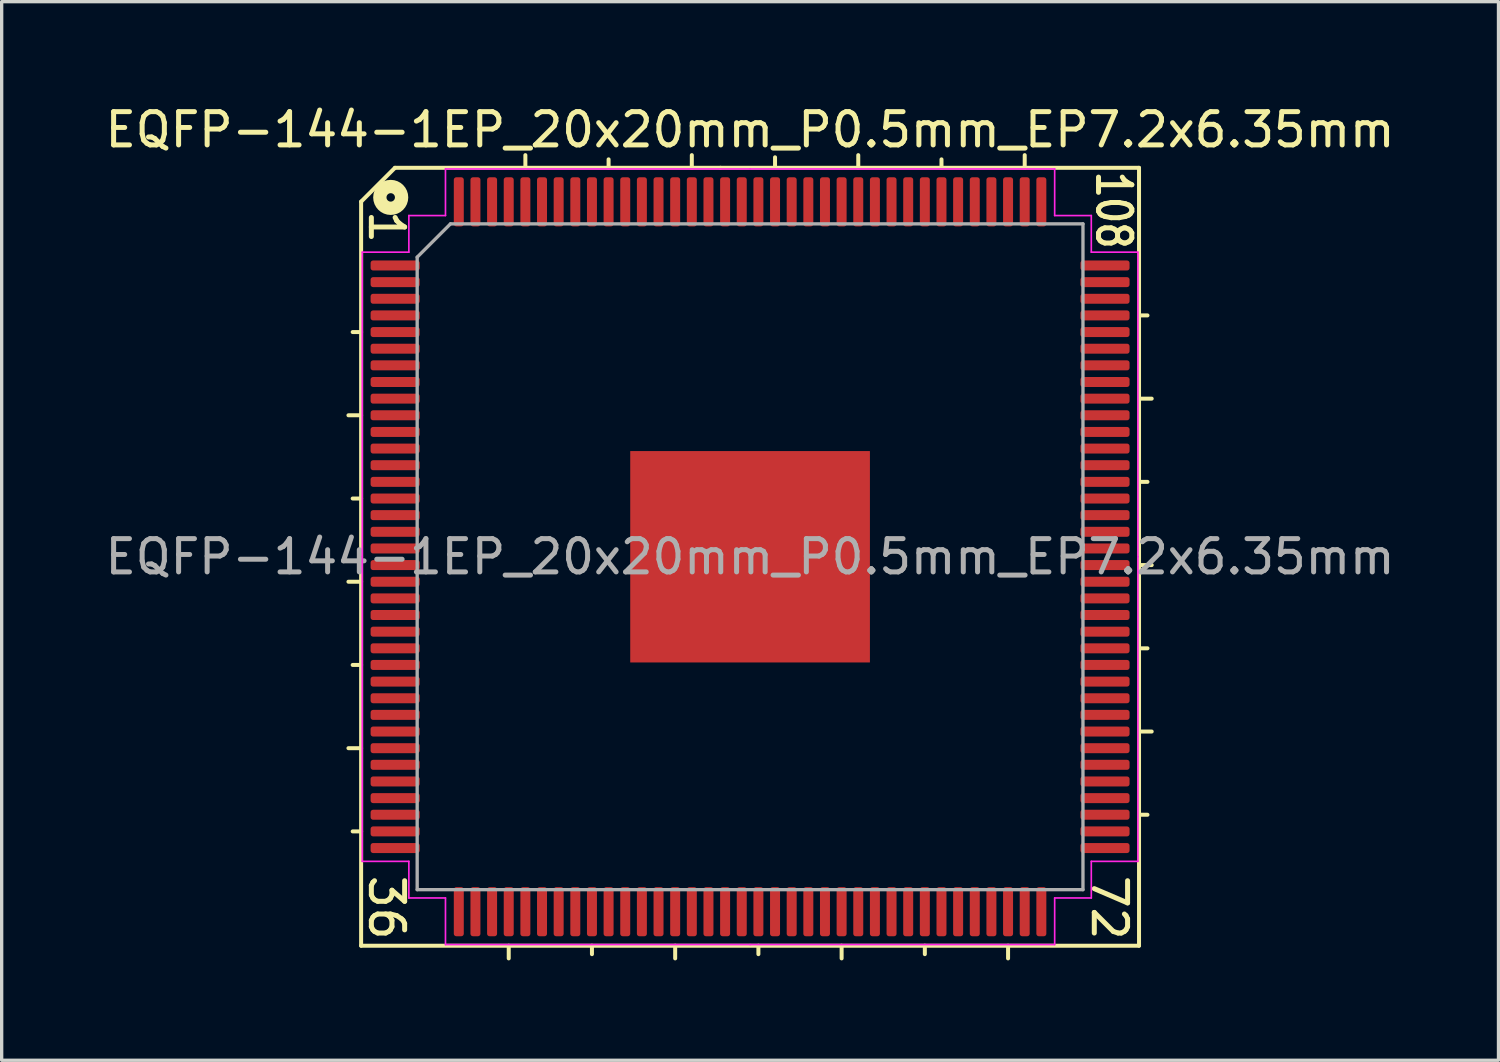
<source format=kicad_pcb>
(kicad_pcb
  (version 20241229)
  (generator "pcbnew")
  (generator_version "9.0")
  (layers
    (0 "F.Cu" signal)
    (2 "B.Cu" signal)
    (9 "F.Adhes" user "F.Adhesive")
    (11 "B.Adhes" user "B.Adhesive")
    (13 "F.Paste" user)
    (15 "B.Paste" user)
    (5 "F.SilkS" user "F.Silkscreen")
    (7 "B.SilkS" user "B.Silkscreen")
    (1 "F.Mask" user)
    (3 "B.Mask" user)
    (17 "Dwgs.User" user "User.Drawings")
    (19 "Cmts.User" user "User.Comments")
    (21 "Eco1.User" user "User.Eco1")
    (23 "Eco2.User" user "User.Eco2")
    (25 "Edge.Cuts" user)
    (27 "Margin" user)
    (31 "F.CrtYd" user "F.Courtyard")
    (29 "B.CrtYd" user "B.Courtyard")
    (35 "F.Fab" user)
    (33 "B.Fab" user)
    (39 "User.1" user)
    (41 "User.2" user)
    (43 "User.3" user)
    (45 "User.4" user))
  (footprint "EQFP-144-1EP_20x20mm_P0.5mm_EP7.2x6.35mm"
    (layer "F.Cu")
    (at 19.482 13.675)
    (property "Reference" "EQFP-144-1EP_20x20mm_P0.5mm_EP7.2x6.35mm" (at 0 -12.827 0) (layer "F.SilkS") (effects (font (size 1 1) (thickness 0.15))))
    (attr smd)
    (fp_line (start -11.684 -10.668) (end -11.684 11.684) (stroke (width 0.12) (type solid)) (layer "F.SilkS"))
    (fp_line (start -11.684 -6.75) (end -11.938 -6.75) (stroke (width 0.12) (type solid)) (layer "F.SilkS"))
    (fp_line (start -11.684 -4.25) (end -12.065 -4.25) (stroke (width 0.12) (type solid)) (layer "F.SilkS"))
    (fp_line (start -11.684 -1.75) (end -11.938 -1.75) (stroke (width 0.12) (type solid)) (layer "F.SilkS"))
    (fp_line (start -11.684 0.75) (end -12.065 0.75) (stroke (width 0.12) (type solid)) (layer "F.SilkS"))
    (fp_line (start -11.684 3.25) (end -11.938 3.25) (stroke (width 0.12) (type solid)) (layer "F.SilkS"))
    (fp_line (start -11.684 5.75) (end -12.065 5.75) (stroke (width 0.12) (type solid)) (layer "F.SilkS"))
    (fp_line (start -11.684 8.25) (end -11.938 8.25) (stroke (width 0.12) (type solid)) (layer "F.SilkS"))
    (fp_line (start -11.684 11.684) (end 11.684 11.684) (stroke (width 0.12) (type solid)) (layer "F.SilkS"))
    (fp_line (start -10.668 -11.684) (end -11.684 -10.668) (stroke (width 0.12) (type solid)) (layer "F.SilkS"))
    (fp_line (start -7.25 11.684) (end -7.25 12.065) (stroke (width 0.12) (type solid)) (layer "F.SilkS"))
    (fp_line (start -6.75 -11.684) (end -6.75 -12.065) (stroke (width 0.12) (type solid)) (layer "F.SilkS"))
    (fp_line (start -4.75 11.684) (end -4.75 11.938) (stroke (width 0.12) (type solid)) (layer "F.SilkS"))
    (fp_line (start -4.25 -11.684) (end -4.25 -11.938) (stroke (width 0.12) (type solid)) (layer "F.SilkS"))
    (fp_line (start -2.25 11.684) (end -2.25 12.065) (stroke (width 0.12) (type solid)) (layer "F.SilkS"))
    (fp_line (start -1.75 -11.684) (end -1.75 -12.065) (stroke (width 0.12) (type solid)) (layer "F.SilkS"))
    (fp_line (start -0.889 -11.684) (end -10.668 -11.684) (stroke (width 0.12) (type solid)) (layer "F.SilkS"))
    (fp_line (start 0.25 11.684) (end 0.25 11.938) (stroke (width 0.12) (type solid)) (layer "F.SilkS"))
    (fp_line (start 0.75 -11.75) (end 0.75 -12) (stroke (width 0.12) (type solid)) (layer "F.SilkS"))
    (fp_line (start 2.75 11.684) (end 2.75 12.065) (stroke (width 0.12) (type solid)) (layer "F.SilkS"))
    (fp_line (start 3.25 -11.684) (end 3.25 -12.065) (stroke (width 0.12) (type solid)) (layer "F.SilkS"))
    (fp_line (start 5.25 11.684) (end 5.25 11.938) (stroke (width 0.12) (type solid)) (layer "F.SilkS"))
    (fp_line (start 5.75 -11.684) (end 5.75 -11.938) (stroke (width 0.12) (type solid)) (layer "F.SilkS"))
    (fp_line (start 7.75 11.684) (end 7.75 12.065) (stroke (width 0.12) (type solid)) (layer "F.SilkS"))
    (fp_line (start 8.25 -11.684) (end 8.25 -12.065) (stroke (width 0.12) (type solid)) (layer "F.SilkS"))
    (fp_line (start 11.684 -11.684) (end -0.889 -11.684) (stroke (width 0.12) (type solid)) (layer "F.SilkS"))
    (fp_line (start 11.684 -7.25) (end 11.938 -7.25) (stroke (width 0.12) (type solid)) (layer "F.SilkS"))
    (fp_line (start 11.684 -4.75) (end 12.065 -4.75) (stroke (width 0.12) (type solid)) (layer "F.SilkS"))
    (fp_line (start 11.684 -2.25) (end 11.938 -2.25) (stroke (width 0.12) (type solid)) (layer "F.SilkS"))
    (fp_line (start 11.684 0.25) (end 12.065 0.25) (stroke (width 0.12) (type solid)) (layer "F.SilkS"))
    (fp_line (start 11.684 2.75) (end 11.938 2.75) (stroke (width 0.12) (type solid)) (layer "F.SilkS"))
    (fp_line (start 11.684 5.25) (end 12.065 5.25) (stroke (width 0.12) (type solid)) (layer "F.SilkS"))
    (fp_line (start 11.684 7.75) (end 11.938 7.75) (stroke (width 0.12) (type solid)) (layer "F.SilkS"))
    (fp_line (start 11.684 11.684) (end 11.684 -11.684) (stroke (width 0.12) (type solid)) (layer "F.SilkS"))
    (fp_circle (center -10.795 -10.795) (end -10.668 -10.795) (stroke (width 0.4) (type solid)) (fill no) (layer "F.SilkS"))
    (fp_line (start -11.65 -9.15) (end -11.65 0) (stroke (width 0.05) (type solid)) (layer "F.CrtYd"))
    (fp_line (start -11.65 9.15) (end -11.65 0) (stroke (width 0.05) (type solid)) (layer "F.CrtYd"))
    (fp_line (start -10.25 -10.25) (end -10.25 -9.15) (stroke (width 0.05) (type solid)) (layer "F.CrtYd"))
    (fp_line (start -10.25 -9.15) (end -11.65 -9.15) (stroke (width 0.05) (type solid)) (layer "F.CrtYd"))
    (fp_line (start -10.25 9.15) (end -11.65 9.15) (stroke (width 0.05) (type solid)) (layer "F.CrtYd"))
    (fp_line (start -10.25 10.25) (end -10.25 9.15) (stroke (width 0.05) (type solid)) (layer "F.CrtYd"))
    (fp_line (start -9.15 -11.65) (end -9.15 -10.25) (stroke (width 0.05) (type solid)) (layer "F.CrtYd"))
    (fp_line (start -9.15 -10.25) (end -10.25 -10.25) (stroke (width 0.05) (type solid)) (layer "F.CrtYd"))
    (fp_line (start -9.15 10.25) (end -10.25 10.25) (stroke (width 0.05) (type solid)) (layer "F.CrtYd"))
    (fp_line (start -9.15 11.65) (end -9.15 10.25) (stroke (width 0.05) (type solid)) (layer "F.CrtYd"))
    (fp_line (start 0 -11.65) (end -9.15 -11.65) (stroke (width 0.05) (type solid)) (layer "F.CrtYd"))
    (fp_line (start 0 -11.65) (end 9.15 -11.65) (stroke (width 0.05) (type solid)) (layer "F.CrtYd"))
    (fp_line (start 0 11.65) (end -9.15 11.65) (stroke (width 0.05) (type solid)) (layer "F.CrtYd"))
    (fp_line (start 0 11.65) (end 9.15 11.65) (stroke (width 0.05) (type solid)) (layer "F.CrtYd"))
    (fp_line (start 9.15 -11.65) (end 9.15 -10.25) (stroke (width 0.05) (type solid)) (layer "F.CrtYd"))
    (fp_line (start 9.15 -10.25) (end 10.25 -10.25) (stroke (width 0.05) (type solid)) (layer "F.CrtYd"))
    (fp_line (start 9.15 10.25) (end 10.25 10.25) (stroke (width 0.05) (type solid)) (layer "F.CrtYd"))
    (fp_line (start 9.15 11.65) (end 9.15 10.25) (stroke (width 0.05) (type solid)) (layer "F.CrtYd"))
    (fp_line (start 10.25 -10.25) (end 10.25 -9.15) (stroke (width 0.05) (type solid)) (layer "F.CrtYd"))
    (fp_line (start 10.25 -9.15) (end 11.65 -9.15) (stroke (width 0.05) (type solid)) (layer "F.CrtYd"))
    (fp_line (start 10.25 9.15) (end 11.65 9.15) (stroke (width 0.05) (type solid)) (layer "F.CrtYd"))
    (fp_line (start 10.25 10.25) (end 10.25 9.15) (stroke (width 0.05) (type solid)) (layer "F.CrtYd"))
    (fp_line (start 11.65 -9.15) (end 11.65 0) (stroke (width 0.05) (type solid)) (layer "F.CrtYd"))
    (fp_line (start 11.65 9.15) (end 11.65 0) (stroke (width 0.05) (type solid)) (layer "F.CrtYd"))
    (fp_line (start -10 -9) (end -9 -10) (stroke (width 0.1) (type solid)) (layer "F.Fab"))
    (fp_line (start -10 10) (end -10 -9) (stroke (width 0.1) (type solid)) (layer "F.Fab"))
    (fp_line (start -9 -10) (end 10 -10) (stroke (width 0.1) (type solid)) (layer "F.Fab"))
    (fp_line (start 10 -10) (end 10 10) (stroke (width 0.1) (type solid)) (layer "F.Fab"))
    (fp_line (start 10 10) (end -10 10) (stroke (width 0.1) (type solid)) (layer "F.Fab"))
    (fp_text user "72" (at 10.795 10.541 270) (unlocked yes) (layer "F.SilkS") (effects (font (size 1 1) (thickness 0.15))))
    (fp_text user "108" (at 10.922 -10.414 270) (unlocked yes) (layer "F.SilkS") (effects (font (size 1 0.8) (thickness 0.15))))
    (fp_text user "36" (at -10.922 10.541 270) (unlocked yes) (layer "F.SilkS") (effects (font (size 1 1) (thickness 0.15))))
    (fp_text user "1" (at -10.922 -9.906 270) (unlocked yes) (layer "F.SilkS") (effects (font (size 1 1) (thickness 0.15))))
    (fp_text user "${REFERENCE}" (at 0 0 0) (layer "F.Fab") (effects (font (size 1 1) (thickness 0.15))))
    (pad "" smd roundrect (at -3 -2.54) (size 0.97 1.02) (layers "F.Paste") (roundrect_rratio 0.25))
    (pad "" smd roundrect (at -3 -1.27) (size 0.97 1.02) (layers "F.Paste") (roundrect_rratio 0.25))
    (pad "" smd roundrect (at -3 0) (size 0.97 1.02) (layers "F.Paste") (roundrect_rratio 0.25))
    (pad "" smd roundrect (at -3 1.27) (size 0.97 1.02) (layers "F.Paste") (roundrect_rratio 0.25))
    (pad "" smd roundrect (at -3 2.54) (size 0.97 1.02) (layers "F.Paste") (roundrect_rratio 0.25))
    (pad "" smd roundrect (at -1.8 -2.54) (size 0.97 1.02) (layers "F.Paste") (roundrect_rratio 0.25))
    (pad "" smd roundrect (at -1.8 -1.27) (size 0.97 1.02) (layers "F.Paste") (roundrect_rratio 0.25))
    (pad "" smd roundrect (at -1.8 0) (size 0.97 1.02) (layers "F.Paste") (roundrect_rratio 0.25))
    (pad "" smd roundrect (at -1.8 1.27) (size 0.97 1.02) (layers "F.Paste") (roundrect_rratio 0.25))
    (pad "" smd roundrect (at -1.8 2.54) (size 0.97 1.02) (layers "F.Paste") (roundrect_rratio 0.25))
    (pad "" smd roundrect (at -0.6 -2.54) (size 0.97 1.02) (layers "F.Paste") (roundrect_rratio 0.25))
    (pad "" smd roundrect (at -0.6 -1.27) (size 0.97 1.02) (layers "F.Paste") (roundrect_rratio 0.25))
    (pad "" smd roundrect (at -0.6 0) (size 0.97 1.02) (layers "F.Paste") (roundrect_rratio 0.25))
    (pad "" smd roundrect (at -0.6 1.27) (size 0.97 1.02) (layers "F.Paste") (roundrect_rratio 0.25))
    (pad "" smd roundrect (at -0.6 2.54) (size 0.97 1.02) (layers "F.Paste") (roundrect_rratio 0.25))
    (pad "" smd roundrect (at 0.6 -2.54) (size 0.97 1.02) (layers "F.Paste") (roundrect_rratio 0.25))
    (pad "" smd roundrect (at 0.6 -1.27) (size 0.97 1.02) (layers "F.Paste") (roundrect_rratio 0.25))
    (pad "" smd roundrect (at 0.6 0) (size 0.97 1.02) (layers "F.Paste") (roundrect_rratio 0.25))
    (pad "" smd roundrect (at 0.6 1.27) (size 0.97 1.02) (layers "F.Paste") (roundrect_rratio 0.25))
    (pad "" smd roundrect (at 0.6 2.54) (size 0.97 1.02) (layers "F.Paste") (roundrect_rratio 0.25))
    (pad "" smd roundrect (at 1.8 -2.54) (size 0.97 1.02) (layers "F.Paste") (roundrect_rratio 0.25))
    (pad "" smd roundrect (at 1.8 -1.27) (size 0.97 1.02) (layers "F.Paste") (roundrect_rratio 0.25))
    (pad "" smd roundrect (at 1.8 0) (size 0.97 1.02) (layers "F.Paste") (roundrect_rratio 0.25))
    (pad "" smd roundrect (at 1.8 1.27) (size 0.97 1.02) (layers "F.Paste") (roundrect_rratio 0.25))
    (pad "" smd roundrect (at 1.8 2.54) (size 0.97 1.02) (layers "F.Paste") (roundrect_rratio 0.25))
    (pad "" smd roundrect (at 3 -2.54) (size 0.97 1.02) (layers "F.Paste") (roundrect_rratio 0.25))
    (pad "" smd roundrect (at 3 -1.27) (size 0.97 1.02) (layers "F.Paste") (roundrect_rratio 0.25))
    (pad "" smd roundrect (at 3 0) (size 0.97 1.02) (layers "F.Paste") (roundrect_rratio 0.25))
    (pad "" smd roundrect (at 3 1.27) (size 0.97 1.02) (layers "F.Paste") (roundrect_rratio 0.25))
    (pad "" smd roundrect (at 3 2.54) (size 0.97 1.02) (layers "F.Paste") (roundrect_rratio 0.25))
    (pad "1" smd roundrect (at -10.662 -8.75) (size 1.475 0.3) (layers "F.Cu" "F.Mask" "F.Paste") (roundrect_rratio 0.25))
    (pad "2" smd roundrect (at -10.662 -8.25) (size 1.475 0.3) (layers "F.Cu" "F.Mask" "F.Paste") (roundrect_rratio 0.25))
    (pad "3" smd roundrect (at -10.662 -7.75) (size 1.475 0.3) (layers "F.Cu" "F.Mask" "F.Paste") (roundrect_rratio 0.25))
    (pad "4" smd roundrect (at -10.662 -7.25) (size 1.475 0.3) (layers "F.Cu" "F.Mask" "F.Paste") (roundrect_rratio 0.25))
    (pad "5" smd roundrect (at -10.662 -6.75) (size 1.475 0.3) (layers "F.Cu" "F.Mask" "F.Paste") (roundrect_rratio 0.25))
    (pad "6" smd roundrect (at -10.662 -6.25) (size 1.475 0.3) (layers "F.Cu" "F.Mask" "F.Paste") (roundrect_rratio 0.25))
    (pad "7" smd roundrect (at -10.662 -5.75) (size 1.475 0.3) (layers "F.Cu" "F.Mask" "F.Paste") (roundrect_rratio 0.25))
    (pad "8" smd roundrect (at -10.662 -5.25) (size 1.475 0.3) (layers "F.Cu" "F.Mask" "F.Paste") (roundrect_rratio 0.25))
    (pad "9" smd roundrect (at -10.662 -4.75) (size 1.475 0.3) (layers "F.Cu" "F.Mask" "F.Paste") (roundrect_rratio 0.25))
    (pad "10" smd roundrect (at -10.662 -4.25) (size 1.475 0.3) (layers "F.Cu" "F.Mask" "F.Paste") (roundrect_rratio 0.25))
    (pad "11" smd roundrect (at -10.662 -3.75) (size 1.475 0.3) (layers "F.Cu" "F.Mask" "F.Paste") (roundrect_rratio 0.25))
    (pad "12" smd roundrect (at -10.662 -3.25) (size 1.475 0.3) (layers "F.Cu" "F.Mask" "F.Paste") (roundrect_rratio 0.25))
    (pad "13" smd roundrect (at -10.662 -2.75) (size 1.475 0.3) (layers "F.Cu" "F.Mask" "F.Paste") (roundrect_rratio 0.25))
    (pad "14" smd roundrect (at -10.662 -2.25) (size 1.475 0.3) (layers "F.Cu" "F.Mask" "F.Paste") (roundrect_rratio 0.25))
    (pad "15" smd roundrect (at -10.662 -1.75) (size 1.475 0.3) (layers "F.Cu" "F.Mask" "F.Paste") (roundrect_rratio 0.25))
    (pad "16" smd roundrect (at -10.662 -1.25) (size 1.475 0.3) (layers "F.Cu" "F.Mask" "F.Paste") (roundrect_rratio 0.25))
    (pad "17" smd roundrect (at -10.662 -0.75) (size 1.475 0.3) (layers "F.Cu" "F.Mask" "F.Paste") (roundrect_rratio 0.25))
    (pad "18" smd roundrect (at -10.662 -0.25) (size 1.475 0.3) (layers "F.Cu" "F.Mask" "F.Paste") (roundrect_rratio 0.25))
    (pad "19" smd roundrect (at -10.662 0.25) (size 1.475 0.3) (layers "F.Cu" "F.Mask" "F.Paste") (roundrect_rratio 0.25))
    (pad "20" smd roundrect (at -10.662 0.75) (size 1.475 0.3) (layers "F.Cu" "F.Mask" "F.Paste") (roundrect_rratio 0.25))
    (pad "21" smd roundrect (at -10.662 1.25) (size 1.475 0.3) (layers "F.Cu" "F.Mask" "F.Paste") (roundrect_rratio 0.25))
    (pad "22" smd roundrect (at -10.662 1.75) (size 1.475 0.3) (layers "F.Cu" "F.Mask" "F.Paste") (roundrect_rratio 0.25))
    (pad "23" smd roundrect (at -10.662 2.25) (size 1.475 0.3) (layers "F.Cu" "F.Mask" "F.Paste") (roundrect_rratio 0.25))
    (pad "24" smd roundrect (at -10.662 2.75) (size 1.475 0.3) (layers "F.Cu" "F.Mask" "F.Paste") (roundrect_rratio 0.25))
    (pad "25" smd roundrect (at -10.662 3.25) (size 1.475 0.3) (layers "F.Cu" "F.Mask" "F.Paste") (roundrect_rratio 0.25))
    (pad "26" smd roundrect (at -10.662 3.75) (size 1.475 0.3) (layers "F.Cu" "F.Mask" "F.Paste") (roundrect_rratio 0.25))
    (pad "27" smd roundrect (at -10.662 4.25) (size 1.475 0.3) (layers "F.Cu" "F.Mask" "F.Paste") (roundrect_rratio 0.25))
    (pad "28" smd roundrect (at -10.662 4.75) (size 1.475 0.3) (layers "F.Cu" "F.Mask" "F.Paste") (roundrect_rratio 0.25))
    (pad "29" smd roundrect (at -10.662 5.25) (size 1.475 0.3) (layers "F.Cu" "F.Mask" "F.Paste") (roundrect_rratio 0.25))
    (pad "30" smd roundrect (at -10.662 5.75) (size 1.475 0.3) (layers "F.Cu" "F.Mask" "F.Paste") (roundrect_rratio 0.25))
    (pad "31" smd roundrect (at -10.662 6.25) (size 1.475 0.3) (layers "F.Cu" "F.Mask" "F.Paste") (roundrect_rratio 0.25))
    (pad "32" smd roundrect (at -10.662 6.75) (size 1.475 0.3) (layers "F.Cu" "F.Mask" "F.Paste") (roundrect_rratio 0.25))
    (pad "33" smd roundrect (at -10.662 7.25) (size 1.475 0.3) (layers "F.Cu" "F.Mask" "F.Paste") (roundrect_rratio 0.25))
    (pad "34" smd roundrect (at -10.662 7.75) (size 1.475 0.3) (layers "F.Cu" "F.Mask" "F.Paste") (roundrect_rratio 0.25))
    (pad "35" smd roundrect (at -10.662 8.25) (size 1.475 0.3) (layers "F.Cu" "F.Mask" "F.Paste") (roundrect_rratio 0.25))
    (pad "36" smd roundrect (at -10.662 8.75) (size 1.475 0.3) (layers "F.Cu" "F.Mask" "F.Paste") (roundrect_rratio 0.25))
    (pad "37" smd roundrect (at -8.75 10.662) (size 0.3 1.475) (layers "F.Cu" "F.Mask" "F.Paste") (roundrect_rratio 0.25))
    (pad "38" smd roundrect (at -8.25 10.662) (size 0.3 1.475) (layers "F.Cu" "F.Mask" "F.Paste") (roundrect_rratio 0.25))
    (pad "39" smd roundrect (at -7.75 10.662) (size 0.3 1.475) (layers "F.Cu" "F.Mask" "F.Paste") (roundrect_rratio 0.25))
    (pad "40" smd roundrect (at -7.25 10.662) (size 0.3 1.475) (layers "F.Cu" "F.Mask" "F.Paste") (roundrect_rratio 0.25))
    (pad "41" smd roundrect (at -6.75 10.662) (size 0.3 1.475) (layers "F.Cu" "F.Mask" "F.Paste") (roundrect_rratio 0.25))
    (pad "42" smd roundrect (at -6.25 10.662) (size 0.3 1.475) (layers "F.Cu" "F.Mask" "F.Paste") (roundrect_rratio 0.25))
    (pad "43" smd roundrect (at -5.75 10.662) (size 0.3 1.475) (layers "F.Cu" "F.Mask" "F.Paste") (roundrect_rratio 0.25))
    (pad "44" smd roundrect (at -5.25 10.662) (size 0.3 1.475) (layers "F.Cu" "F.Mask" "F.Paste") (roundrect_rratio 0.25))
    (pad "45" smd roundrect (at -4.75 10.662) (size 0.3 1.475) (layers "F.Cu" "F.Mask" "F.Paste") (roundrect_rratio 0.25))
    (pad "46" smd roundrect (at -4.25 10.662) (size 0.3 1.475) (layers "F.Cu" "F.Mask" "F.Paste") (roundrect_rratio 0.25))
    (pad "47" smd roundrect (at -3.75 10.662) (size 0.3 1.475) (layers "F.Cu" "F.Mask" "F.Paste") (roundrect_rratio 0.25))
    (pad "48" smd roundrect (at -3.25 10.662) (size 0.3 1.475) (layers "F.Cu" "F.Mask" "F.Paste") (roundrect_rratio 0.25))
    (pad "49" smd roundrect (at -2.75 10.662) (size 0.3 1.475) (layers "F.Cu" "F.Mask" "F.Paste") (roundrect_rratio 0.25))
    (pad "50" smd roundrect (at -2.25 10.662) (size 0.3 1.475) (layers "F.Cu" "F.Mask" "F.Paste") (roundrect_rratio 0.25))
    (pad "51" smd roundrect (at -1.75 10.662) (size 0.3 1.475) (layers "F.Cu" "F.Mask" "F.Paste") (roundrect_rratio 0.25))
    (pad "52" smd roundrect (at -1.25 10.662) (size 0.3 1.475) (layers "F.Cu" "F.Mask" "F.Paste") (roundrect_rratio 0.25))
    (pad "53" smd roundrect (at -0.75 10.662) (size 0.3 1.475) (layers "F.Cu" "F.Mask" "F.Paste") (roundrect_rratio 0.25))
    (pad "54" smd roundrect (at -0.25 10.662) (size 0.3 1.475) (layers "F.Cu" "F.Mask" "F.Paste") (roundrect_rratio 0.25))
    (pad "55" smd roundrect (at 0.25 10.662) (size 0.3 1.475) (layers "F.Cu" "F.Mask" "F.Paste") (roundrect_rratio 0.25))
    (pad "56" smd roundrect (at 0.75 10.662) (size 0.3 1.475) (layers "F.Cu" "F.Mask" "F.Paste") (roundrect_rratio 0.25))
    (pad "57" smd roundrect (at 1.25 10.662) (size 0.3 1.475) (layers "F.Cu" "F.Mask" "F.Paste") (roundrect_rratio 0.25))
    (pad "58" smd roundrect (at 1.75 10.662) (size 0.3 1.475) (layers "F.Cu" "F.Mask" "F.Paste") (roundrect_rratio 0.25))
    (pad "59" smd roundrect (at 2.25 10.662) (size 0.3 1.475) (layers "F.Cu" "F.Mask" "F.Paste") (roundrect_rratio 0.25))
    (pad "60" smd roundrect (at 2.75 10.662) (size 0.3 1.475) (layers "F.Cu" "F.Mask" "F.Paste") (roundrect_rratio 0.25))
    (pad "61" smd roundrect (at 3.25 10.662) (size 0.3 1.475) (layers "F.Cu" "F.Mask" "F.Paste") (roundrect_rratio 0.25))
    (pad "62" smd roundrect (at 3.75 10.662) (size 0.3 1.475) (layers "F.Cu" "F.Mask" "F.Paste") (roundrect_rratio 0.25))
    (pad "63" smd roundrect (at 4.25 10.662) (size 0.3 1.475) (layers "F.Cu" "F.Mask" "F.Paste") (roundrect_rratio 0.25))
    (pad "64" smd roundrect (at 4.75 10.662) (size 0.3 1.475) (layers "F.Cu" "F.Mask" "F.Paste") (roundrect_rratio 0.25))
    (pad "65" smd roundrect (at 5.25 10.662) (size 0.3 1.475) (layers "F.Cu" "F.Mask" "F.Paste") (roundrect_rratio 0.25))
    (pad "66" smd roundrect (at 5.75 10.662) (size 0.3 1.475) (layers "F.Cu" "F.Mask" "F.Paste") (roundrect_rratio 0.25))
    (pad "67" smd roundrect (at 6.25 10.662) (size 0.3 1.475) (layers "F.Cu" "F.Mask" "F.Paste") (roundrect_rratio 0.25))
    (pad "68" smd roundrect (at 6.75 10.662) (size 0.3 1.475) (layers "F.Cu" "F.Mask" "F.Paste") (roundrect_rratio 0.25))
    (pad "69" smd roundrect (at 7.25 10.662) (size 0.3 1.475) (layers "F.Cu" "F.Mask" "F.Paste") (roundrect_rratio 0.25))
    (pad "70" smd roundrect (at 7.75 10.662) (size 0.3 1.475) (layers "F.Cu" "F.Mask" "F.Paste") (roundrect_rratio 0.25))
    (pad "71" smd roundrect (at 8.25 10.662) (size 0.3 1.475) (layers "F.Cu" "F.Mask" "F.Paste") (roundrect_rratio 0.25))
    (pad "72" smd roundrect (at 8.75 10.662) (size 0.3 1.475) (layers "F.Cu" "F.Mask" "F.Paste") (roundrect_rratio 0.25))
    (pad "73" smd roundrect (at 10.662 8.75) (size 1.475 0.3) (layers "F.Cu" "F.Mask" "F.Paste") (roundrect_rratio 0.25))
    (pad "74" smd roundrect (at 10.662 8.25) (size 1.475 0.3) (layers "F.Cu" "F.Mask" "F.Paste") (roundrect_rratio 0.25))
    (pad "75" smd roundrect (at 10.662 7.75) (size 1.475 0.3) (layers "F.Cu" "F.Mask" "F.Paste") (roundrect_rratio 0.25))
    (pad "76" smd roundrect (at 10.662 7.25) (size 1.475 0.3) (layers "F.Cu" "F.Mask" "F.Paste") (roundrect_rratio 0.25))
    (pad "77" smd roundrect (at 10.662 6.75) (size 1.475 0.3) (layers "F.Cu" "F.Mask" "F.Paste") (roundrect_rratio 0.25))
    (pad "78" smd roundrect (at 10.662 6.25) (size 1.475 0.3) (layers "F.Cu" "F.Mask" "F.Paste") (roundrect_rratio 0.25))
    (pad "79" smd roundrect (at 10.662 5.75) (size 1.475 0.3) (layers "F.Cu" "F.Mask" "F.Paste") (roundrect_rratio 0.25))
    (pad "80" smd roundrect (at 10.662 5.25) (size 1.475 0.3) (layers "F.Cu" "F.Mask" "F.Paste") (roundrect_rratio 0.25))
    (pad "81" smd roundrect (at 10.662 4.75) (size 1.475 0.3) (layers "F.Cu" "F.Mask" "F.Paste") (roundrect_rratio 0.25))
    (pad "82" smd roundrect (at 10.662 4.25) (size 1.475 0.3) (layers "F.Cu" "F.Mask" "F.Paste") (roundrect_rratio 0.25))
    (pad "83" smd roundrect (at 10.662 3.75) (size 1.475 0.3) (layers "F.Cu" "F.Mask" "F.Paste") (roundrect_rratio 0.25))
    (pad "84" smd roundrect (at 10.662 3.25) (size 1.475 0.3) (layers "F.Cu" "F.Mask" "F.Paste") (roundrect_rratio 0.25))
    (pad "85" smd roundrect (at 10.662 2.75) (size 1.475 0.3) (layers "F.Cu" "F.Mask" "F.Paste") (roundrect_rratio 0.25))
    (pad "86" smd roundrect (at 10.662 2.25) (size 1.475 0.3) (layers "F.Cu" "F.Mask" "F.Paste") (roundrect_rratio 0.25))
    (pad "87" smd roundrect (at 10.662 1.75) (size 1.475 0.3) (layers "F.Cu" "F.Mask" "F.Paste") (roundrect_rratio 0.25))
    (pad "88" smd roundrect (at 10.662 1.25) (size 1.475 0.3) (layers "F.Cu" "F.Mask" "F.Paste") (roundrect_rratio 0.25))
    (pad "89" smd roundrect (at 10.662 0.75) (size 1.475 0.3) (layers "F.Cu" "F.Mask" "F.Paste") (roundrect_rratio 0.25))
    (pad "90" smd roundrect (at 10.662 0.25) (size 1.475 0.3) (layers "F.Cu" "F.Mask" "F.Paste") (roundrect_rratio 0.25))
    (pad "91" smd roundrect (at 10.662 -0.25) (size 1.475 0.3) (layers "F.Cu" "F.Mask" "F.Paste") (roundrect_rratio 0.25))
    (pad "92" smd roundrect (at 10.662 -0.75) (size 1.475 0.3) (layers "F.Cu" "F.Mask" "F.Paste") (roundrect_rratio 0.25))
    (pad "93" smd roundrect (at 10.662 -1.25) (size 1.475 0.3) (layers "F.Cu" "F.Mask" "F.Paste") (roundrect_rratio 0.25))
    (pad "94" smd roundrect (at 10.662 -1.75) (size 1.475 0.3) (layers "F.Cu" "F.Mask" "F.Paste") (roundrect_rratio 0.25))
    (pad "95" smd roundrect (at 10.662 -2.25) (size 1.475 0.3) (layers "F.Cu" "F.Mask" "F.Paste") (roundrect_rratio 0.25))
    (pad "96" smd roundrect (at 10.662 -2.75) (size 1.475 0.3) (layers "F.Cu" "F.Mask" "F.Paste") (roundrect_rratio 0.25))
    (pad "97" smd roundrect (at 10.662 -3.25) (size 1.475 0.3) (layers "F.Cu" "F.Mask" "F.Paste") (roundrect_rratio 0.25))
    (pad "98" smd roundrect (at 10.662 -3.75) (size 1.475 0.3) (layers "F.Cu" "F.Mask" "F.Paste") (roundrect_rratio 0.25))
    (pad "99" smd roundrect (at 10.662 -4.25) (size 1.475 0.3) (layers "F.Cu" "F.Mask" "F.Paste") (roundrect_rratio 0.25))
    (pad "100" smd roundrect (at 10.662 -4.75) (size 1.475 0.3) (layers "F.Cu" "F.Mask" "F.Paste") (roundrect_rratio 0.25))
    (pad "101" smd roundrect (at 10.662 -5.25) (size 1.475 0.3) (layers "F.Cu" "F.Mask" "F.Paste") (roundrect_rratio 0.25))
    (pad "102" smd roundrect (at 10.662 -5.75) (size 1.475 0.3) (layers "F.Cu" "F.Mask" "F.Paste") (roundrect_rratio 0.25))
    (pad "103" smd roundrect (at 10.662 -6.25) (size 1.475 0.3) (layers "F.Cu" "F.Mask" "F.Paste") (roundrect_rratio 0.25))
    (pad "104" smd roundrect (at 10.662 -6.75) (size 1.475 0.3) (layers "F.Cu" "F.Mask" "F.Paste") (roundrect_rratio 0.25))
    (pad "105" smd roundrect (at 10.662 -7.25) (size 1.475 0.3) (layers "F.Cu" "F.Mask" "F.Paste") (roundrect_rratio 0.25))
    (pad "106" smd roundrect (at 10.662 -7.75) (size 1.475 0.3) (layers "F.Cu" "F.Mask" "F.Paste") (roundrect_rratio 0.25))
    (pad "107" smd roundrect (at 10.662 -8.25) (size 1.475 0.3) (layers "F.Cu" "F.Mask" "F.Paste") (roundrect_rratio 0.25))
    (pad "108" smd roundrect (at 10.662 -8.75) (size 1.475 0.3) (layers "F.Cu" "F.Mask" "F.Paste") (roundrect_rratio 0.25))
    (pad "109" smd roundrect (at 8.75 -10.662) (size 0.3 1.475) (layers "F.Cu" "F.Mask" "F.Paste") (roundrect_rratio 0.25))
    (pad "110" smd roundrect (at 8.25 -10.662) (size 0.3 1.475) (layers "F.Cu" "F.Mask" "F.Paste") (roundrect_rratio 0.25))
    (pad "111" smd roundrect (at 7.75 -10.662) (size 0.3 1.475) (layers "F.Cu" "F.Mask" "F.Paste") (roundrect_rratio 0.25))
    (pad "112" smd roundrect (at 7.25 -10.662) (size 0.3 1.475) (layers "F.Cu" "F.Mask" "F.Paste") (roundrect_rratio 0.25))
    (pad "113" smd roundrect (at 6.75 -10.662) (size 0.3 1.475) (layers "F.Cu" "F.Mask" "F.Paste") (roundrect_rratio 0.25))
    (pad "114" smd roundrect (at 6.25 -10.662) (size 0.3 1.475) (layers "F.Cu" "F.Mask" "F.Paste") (roundrect_rratio 0.25))
    (pad "115" smd roundrect (at 5.75 -10.662) (size 0.3 1.475) (layers "F.Cu" "F.Mask" "F.Paste") (roundrect_rratio 0.25))
    (pad "116" smd roundrect (at 5.25 -10.662) (size 0.3 1.475) (layers "F.Cu" "F.Mask" "F.Paste") (roundrect_rratio 0.25))
    (pad "117" smd roundrect (at 4.75 -10.662) (size 0.3 1.475) (layers "F.Cu" "F.Mask" "F.Paste") (roundrect_rratio 0.25))
    (pad "118" smd roundrect (at 4.25 -10.662) (size 0.3 1.475) (layers "F.Cu" "F.Mask" "F.Paste") (roundrect_rratio 0.25))
    (pad "119" smd roundrect (at 3.75 -10.662) (size 0.3 1.475) (layers "F.Cu" "F.Mask" "F.Paste") (roundrect_rratio 0.25))
    (pad "120" smd roundrect (at 3.25 -10.662) (size 0.3 1.475) (layers "F.Cu" "F.Mask" "F.Paste") (roundrect_rratio 0.25))
    (pad "121" smd roundrect (at 2.75 -10.662) (size 0.3 1.475) (layers "F.Cu" "F.Mask" "F.Paste") (roundrect_rratio 0.25))
    (pad "122" smd roundrect (at 2.25 -10.662) (size 0.3 1.475) (layers "F.Cu" "F.Mask" "F.Paste") (roundrect_rratio 0.25))
    (pad "123" smd roundrect (at 1.75 -10.662) (size 0.3 1.475) (layers "F.Cu" "F.Mask" "F.Paste") (roundrect_rratio 0.25))
    (pad "124" smd roundrect (at 1.25 -10.662) (size 0.3 1.475) (layers "F.Cu" "F.Mask" "F.Paste") (roundrect_rratio 0.25))
    (pad "125" smd roundrect (at 0.75 -10.662) (size 0.3 1.475) (layers "F.Cu" "F.Mask" "F.Paste") (roundrect_rratio 0.25))
    (pad "126" smd roundrect (at 0.25 -10.662) (size 0.3 1.475) (layers "F.Cu" "F.Mask" "F.Paste") (roundrect_rratio 0.25))
    (pad "127" smd roundrect (at -0.25 -10.662) (size 0.3 1.475) (layers "F.Cu" "F.Mask" "F.Paste") (roundrect_rratio 0.25))
    (pad "128" smd roundrect (at -0.75 -10.662) (size 0.3 1.475) (layers "F.Cu" "F.Mask" "F.Paste") (roundrect_rratio 0.25))
    (pad "129" smd roundrect (at -1.25 -10.662) (size 0.3 1.475) (layers "F.Cu" "F.Mask" "F.Paste") (roundrect_rratio 0.25))
    (pad "130" smd roundrect (at -1.75 -10.662) (size 0.3 1.475) (layers "F.Cu" "F.Mask" "F.Paste") (roundrect_rratio 0.25))
    (pad "131" smd roundrect (at -2.25 -10.662) (size 0.3 1.475) (layers "F.Cu" "F.Mask" "F.Paste") (roundrect_rratio 0.25))
    (pad "132" smd roundrect (at -2.75 -10.662) (size 0.3 1.475) (layers "F.Cu" "F.Mask" "F.Paste") (roundrect_rratio 0.25))
    (pad "133" smd roundrect (at -3.25 -10.662) (size 0.3 1.475) (layers "F.Cu" "F.Mask" "F.Paste") (roundrect_rratio 0.25))
    (pad "134" smd roundrect (at -3.75 -10.662) (size 0.3 1.475) (layers "F.Cu" "F.Mask" "F.Paste") (roundrect_rratio 0.25))
    (pad "135" smd roundrect (at -4.25 -10.662) (size 0.3 1.475) (layers "F.Cu" "F.Mask" "F.Paste") (roundrect_rratio 0.25))
    (pad "136" smd roundrect (at -4.75 -10.662) (size 0.3 1.475) (layers "F.Cu" "F.Mask" "F.Paste") (roundrect_rratio 0.25))
    (pad "137" smd roundrect (at -5.25 -10.662) (size 0.3 1.475) (layers "F.Cu" "F.Mask" "F.Paste") (roundrect_rratio 0.25))
    (pad "138" smd roundrect (at -5.75 -10.662) (size 0.3 1.475) (layers "F.Cu" "F.Mask" "F.Paste") (roundrect_rratio 0.25))
    (pad "139" smd roundrect (at -6.25 -10.662) (size 0.3 1.475) (layers "F.Cu" "F.Mask" "F.Paste") (roundrect_rratio 0.25))
    (pad "140" smd roundrect (at -6.75 -10.662) (size 0.3 1.475) (layers "F.Cu" "F.Mask" "F.Paste") (roundrect_rratio 0.25))
    (pad "141" smd roundrect (at -7.25 -10.662) (size 0.3 1.475) (layers "F.Cu" "F.Mask" "F.Paste") (roundrect_rratio 0.25))
    (pad "142" smd roundrect (at -7.75 -10.662) (size 0.3 1.475) (layers "F.Cu" "F.Mask" "F.Paste") (roundrect_rratio 0.25))
    (pad "143" smd roundrect (at -8.25 -10.662) (size 0.3 1.475) (layers "F.Cu" "F.Mask" "F.Paste") (roundrect_rratio 0.25))
    (pad "144" smd roundrect (at -8.75 -10.662) (size 0.3 1.475) (layers "F.Cu" "F.Mask" "F.Paste") (roundrect_rratio 0.25))
    (pad "145" smd rect (at 0 0) (size 7.2 6.35) (layers "F.Cu" "F.Mask")))
  (gr_rect
    (start -3 -3)
    (end 41.964 28.8)
    (stroke (width 0.1) (type default))
    (fill no)
    (layer "Edge.Cuts")))
</source>
